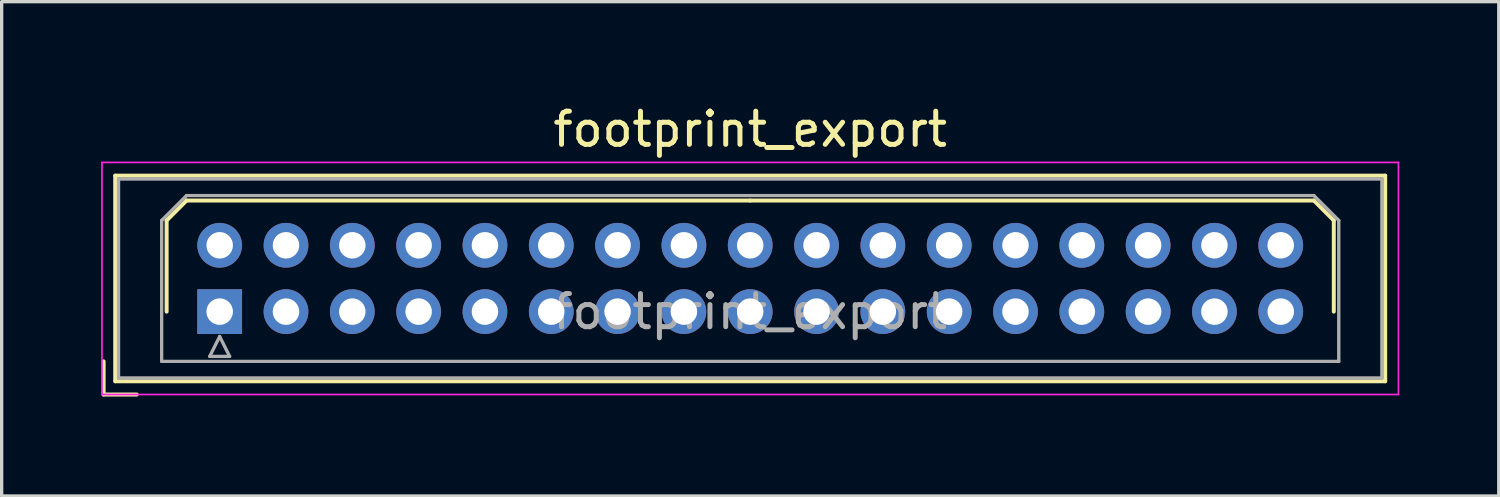
<source format=kicad_pcb>
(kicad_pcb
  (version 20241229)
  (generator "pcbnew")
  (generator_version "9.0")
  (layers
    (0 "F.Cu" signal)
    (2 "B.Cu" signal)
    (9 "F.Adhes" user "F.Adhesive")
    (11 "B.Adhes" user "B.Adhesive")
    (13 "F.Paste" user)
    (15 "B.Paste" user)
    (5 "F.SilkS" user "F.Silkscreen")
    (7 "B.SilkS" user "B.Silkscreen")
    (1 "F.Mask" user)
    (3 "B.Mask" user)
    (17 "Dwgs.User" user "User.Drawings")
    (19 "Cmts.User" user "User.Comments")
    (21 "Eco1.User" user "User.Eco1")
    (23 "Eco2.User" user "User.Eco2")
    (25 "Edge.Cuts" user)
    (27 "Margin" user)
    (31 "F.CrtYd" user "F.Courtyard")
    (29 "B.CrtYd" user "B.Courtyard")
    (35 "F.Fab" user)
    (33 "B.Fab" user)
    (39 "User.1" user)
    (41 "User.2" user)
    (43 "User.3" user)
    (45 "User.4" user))
  (footprint "footprint_export"
    (layer "F.Cu")
    (at 3.575 6.348)
    (property "Reference" "footprint_export" (at 16 -5.5 0) (layer "F.SilkS") (effects (font (size 1 1) (thickness 0.15))))
    (attr through_hole)
    (fp_line (start -3.5 1.5) (end -3.5 2.5) (stroke (width 0.12) (type solid)) (layer "F.SilkS"))
    (fp_line (start -3.5 2.5) (end -2.5 2.5) (stroke (width 0.12) (type solid)) (layer "F.SilkS"))
    (fp_line (start -3.15 -4.1) (end -3.15 2.1) (stroke (width 0.12) (type solid)) (layer "F.SilkS"))
    (fp_line (start -3.15 2.1) (end 35.15 2.1) (stroke (width 0.12) (type solid)) (layer "F.SilkS"))
    (fp_line (start -1.6 -2.75) (end -1 -3.35) (stroke (width 0.12) (type solid)) (layer "F.SilkS"))
    (fp_line (start -1.6 0) (end -1.6 -2.75) (stroke (width 0.12) (type solid)) (layer "F.SilkS"))
    (fp_line (start -1 -3.35) (end 16 -3.35) (stroke (width 0.12) (type solid)) (layer "F.SilkS"))
    (fp_line (start 33 -3.35) (end 16 -3.35) (stroke (width 0.12) (type solid)) (layer "F.SilkS"))
    (fp_line (start 33.6 -2.75) (end 33 -3.35) (stroke (width 0.12) (type solid)) (layer "F.SilkS"))
    (fp_line (start 33.6 0) (end 33.6 -2.75) (stroke (width 0.12) (type solid)) (layer "F.SilkS"))
    (fp_line (start 35.15 -4.1) (end -3.15 -4.1) (stroke (width 0.12) (type solid)) (layer "F.SilkS"))
    (fp_line (start 35.15 2.1) (end 35.15 -4.1) (stroke (width 0.12) (type solid)) (layer "F.SilkS"))
    (fp_line (start -3.55 -4.5) (end -3.55 2.5) (stroke (width 0.05) (type solid)) (layer "F.CrtYd"))
    (fp_line (start -3.55 2.5) (end 35.55 2.5) (stroke (width 0.05) (type solid)) (layer "F.CrtYd"))
    (fp_line (start 35.55 -4.5) (end -3.55 -4.5) (stroke (width 0.05) (type solid)) (layer "F.CrtYd"))
    (fp_line (start 35.55 2.5) (end 35.55 -4.5) (stroke (width 0.05) (type solid)) (layer "F.CrtYd"))
    (fp_line (start -3.05 -4) (end -3.05 2) (stroke (width 0.1) (type solid)) (layer "F.Fab"))
    (fp_line (start -3.05 2) (end 35.05 2) (stroke (width 0.1) (type solid)) (layer "F.Fab"))
    (fp_line (start -1.75 -2.75) (end -1 -3.5) (stroke (width 0.1) (type solid)) (layer "F.Fab"))
    (fp_line (start -1.75 1.5) (end -1.75 -2.75) (stroke (width 0.1) (type solid)) (layer "F.Fab"))
    (fp_line (start -1 -3.5) (end 33 -3.5) (stroke (width 0.1) (type solid)) (layer "F.Fab"))
    (fp_line (start -0.3 1.35) (end 0.3 1.35) (stroke (width 0.1) (type solid)) (layer "F.Fab"))
    (fp_line (start 0 0.75) (end -0.3 1.35) (stroke (width 0.1) (type solid)) (layer "F.Fab"))
    (fp_line (start 0.3 1.35) (end 0 0.75) (stroke (width 0.1) (type solid)) (layer "F.Fab"))
    (fp_line (start 33 -3.5) (end 33.75 -2.75) (stroke (width 0.1) (type solid)) (layer "F.Fab"))
    (fp_line (start 33.75 -2.75) (end 33.75 1.5) (stroke (width 0.1) (type solid)) (layer "F.Fab"))
    (fp_line (start 33.75 1.5) (end -1.75 1.5) (stroke (width 0.1) (type solid)) (layer "F.Fab"))
    (fp_line (start 35.05 -4) (end -3.05 -4) (stroke (width 0.1) (type solid)) (layer "F.Fab"))
    (fp_line (start 35.05 2) (end 35.05 -4) (stroke (width 0.1) (type solid)) (layer "F.Fab"))
    (fp_text user "${REFERENCE}" (at 16 0 0) (layer "F.Fab") (effects (font (size 1 1) (thickness 0.15))))
    (pad "1" thru_hole rect (at 0 0) (size 1.35 1.35) (drill 0.8) (layers "*.Cu" "*.Mask"))
    (pad "2" thru_hole circle (at 0 -2) (size 1.35 1.35) (drill 0.8) (layers "*.Cu" "*.Mask"))
    (pad "3" thru_hole circle (at 2 0) (size 1.35 1.35) (drill 0.8) (layers "*.Cu" "*.Mask"))
    (pad "4" thru_hole circle (at 2 -2) (size 1.35 1.35) (drill 0.8) (layers "*.Cu" "*.Mask"))
    (pad "5" thru_hole circle (at 4 0) (size 1.35 1.35) (drill 0.8) (layers "*.Cu" "*.Mask"))
    (pad "6" thru_hole circle (at 4 -2) (size 1.35 1.35) (drill 0.8) (layers "*.Cu" "*.Mask"))
    (pad "7" thru_hole circle (at 6 0) (size 1.35 1.35) (drill 0.8) (layers "*.Cu" "*.Mask"))
    (pad "8" thru_hole circle (at 6 -2) (size 1.35 1.35) (drill 0.8) (layers "*.Cu" "*.Mask"))
    (pad "9" thru_hole circle (at 8 0) (size 1.35 1.35) (drill 0.8) (layers "*.Cu" "*.Mask"))
    (pad "10" thru_hole circle (at 8 -2) (size 1.35 1.35) (drill 0.8) (layers "*.Cu" "*.Mask"))
    (pad "11" thru_hole circle (at 10 0) (size 1.35 1.35) (drill 0.8) (layers "*.Cu" "*.Mask"))
    (pad "12" thru_hole circle (at 10 -2) (size 1.35 1.35) (drill 0.8) (layers "*.Cu" "*.Mask"))
    (pad "13" thru_hole circle (at 12 0) (size 1.35 1.35) (drill 0.8) (layers "*.Cu" "*.Mask"))
    (pad "14" thru_hole circle (at 12 -2) (size 1.35 1.35) (drill 0.8) (layers "*.Cu" "*.Mask"))
    (pad "15" thru_hole circle (at 14 0) (size 1.35 1.35) (drill 0.8) (layers "*.Cu" "*.Mask"))
    (pad "16" thru_hole circle (at 14 -2) (size 1.35 1.35) (drill 0.8) (layers "*.Cu" "*.Mask"))
    (pad "17" thru_hole circle (at 16 0) (size 1.35 1.35) (drill 0.8) (layers "*.Cu" "*.Mask"))
    (pad "18" thru_hole circle (at 16 -2) (size 1.35 1.35) (drill 0.8) (layers "*.Cu" "*.Mask"))
    (pad "19" thru_hole circle (at 18 0) (size 1.35 1.35) (drill 0.8) (layers "*.Cu" "*.Mask"))
    (pad "20" thru_hole circle (at 18 -2) (size 1.35 1.35) (drill 0.8) (layers "*.Cu" "*.Mask"))
    (pad "21" thru_hole circle (at 20 0) (size 1.35 1.35) (drill 0.8) (layers "*.Cu" "*.Mask"))
    (pad "22" thru_hole circle (at 20 -2) (size 1.35 1.35) (drill 0.8) (layers "*.Cu" "*.Mask"))
    (pad "23" thru_hole circle (at 22 0) (size 1.35 1.35) (drill 0.8) (layers "*.Cu" "*.Mask"))
    (pad "24" thru_hole circle (at 22 -2) (size 1.35 1.35) (drill 0.8) (layers "*.Cu" "*.Mask"))
    (pad "25" thru_hole circle (at 24 0) (size 1.35 1.35) (drill 0.8) (layers "*.Cu" "*.Mask"))
    (pad "26" thru_hole circle (at 24 -2) (size 1.35 1.35) (drill 0.8) (layers "*.Cu" "*.Mask"))
    (pad "27" thru_hole circle (at 26 0) (size 1.35 1.35) (drill 0.8) (layers "*.Cu" "*.Mask"))
    (pad "28" thru_hole circle (at 26 -2) (size 1.35 1.35) (drill 0.8) (layers "*.Cu" "*.Mask"))
    (pad "29" thru_hole circle (at 28 0) (size 1.35 1.35) (drill 0.8) (layers "*.Cu" "*.Mask"))
    (pad "30" thru_hole circle (at 28 -2) (size 1.35 1.35) (drill 0.8) (layers "*.Cu" "*.Mask"))
    (pad "31" thru_hole circle (at 30 0) (size 1.35 1.35) (drill 0.8) (layers "*.Cu" "*.Mask"))
    (pad "32" thru_hole circle (at 30 -2) (size 1.35 1.35) (drill 0.8) (layers "*.Cu" "*.Mask"))
    (pad "33" thru_hole circle (at 32 0) (size 1.35 1.35) (drill 0.8) (layers "*.Cu" "*.Mask"))
    (pad "34" thru_hole circle (at 32 -2) (size 1.35 1.35) (drill 0.8) (layers "*.Cu" "*.Mask")))
  (gr_rect
    (start -3 -3)
    (end 42.15 11.908)
    (stroke (width 0.1) (type default))
    (fill no)
    (layer "Edge.Cuts")))
</source>
